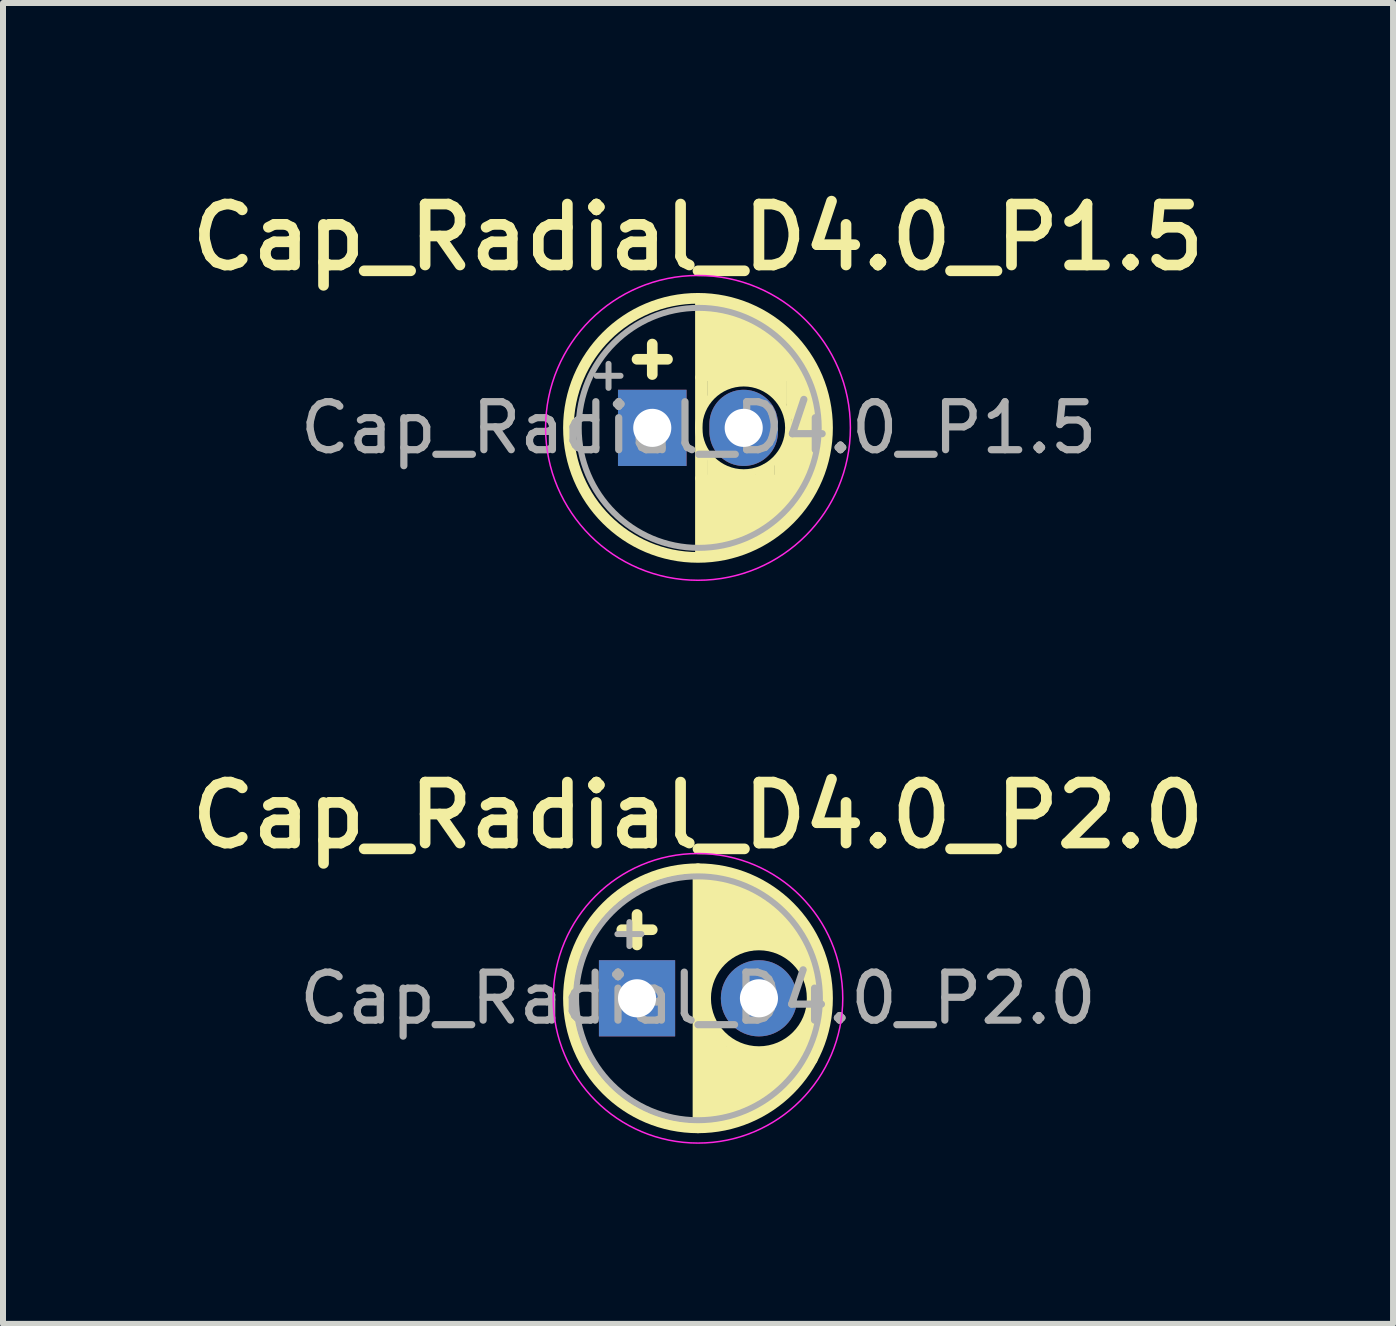
<source format=kicad_pcb>
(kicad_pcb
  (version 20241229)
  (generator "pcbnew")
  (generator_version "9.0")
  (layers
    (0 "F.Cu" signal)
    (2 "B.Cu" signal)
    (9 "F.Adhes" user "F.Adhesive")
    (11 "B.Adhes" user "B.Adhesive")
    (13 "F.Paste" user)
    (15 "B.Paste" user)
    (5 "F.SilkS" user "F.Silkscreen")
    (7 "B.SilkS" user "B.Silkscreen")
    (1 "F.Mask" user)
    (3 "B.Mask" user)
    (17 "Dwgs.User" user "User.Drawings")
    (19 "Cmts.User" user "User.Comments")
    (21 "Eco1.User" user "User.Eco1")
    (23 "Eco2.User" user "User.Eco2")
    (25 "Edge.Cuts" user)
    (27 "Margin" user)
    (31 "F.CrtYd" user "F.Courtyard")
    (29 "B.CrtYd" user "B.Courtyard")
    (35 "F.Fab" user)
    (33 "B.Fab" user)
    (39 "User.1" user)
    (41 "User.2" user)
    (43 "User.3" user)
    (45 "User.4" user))
  (footprint "Cap_Radial_D4.0_P1.5"
    (layer "F.Cu")
    (at 8.583 4.081)
    (property "Reference" "Cap_Radial_D4.0_P1.5" (at 0 -3.175 0) (layer "F.SilkS") (effects (font (size 1.016 1.016) (thickness 0.178))))
    (fp_line (start -1.016 -1.143) (end -0.508 -1.143) (stroke (width 0.178) (type solid)) (layer "F.SilkS"))
    (fp_line (start -0.762 -1.397) (end -0.762 -0.889) (stroke (width 0.178) (type solid)) (layer "F.SilkS"))
    (fp_line (start 0.012 -2.08) (end 0.012 -0.84) (stroke (width 0.12) (type solid)) (layer "F.SilkS"))
    (fp_line (start 0.012 -0.84) (end 0.012 0.84) (stroke (width 0.12) (type solid)) (layer "F.SilkS"))
    (fp_line (start 0.012 0.84) (end 0.012 2.08) (stroke (width 0.12) (type solid)) (layer "F.SilkS"))
    (fp_line (start 0.052 -2.08) (end 0.052 -0.84) (stroke (width 0.12) (type solid)) (layer "F.SilkS"))
    (fp_line (start 0.052 0.84) (end 0.052 2.08) (stroke (width 0.12) (type solid)) (layer "F.SilkS"))
    (fp_line (start 0.092 -2.079) (end 0.092 -0.84) (stroke (width 0.12) (type solid)) (layer "F.SilkS"))
    (fp_line (start 0.092 -1.061) (end 0.092 -0.463) (stroke (width 0.12) (type solid)) (layer "F.SilkS"))
    (fp_line (start 0.092 0.84) (end 0.092 2.079) (stroke (width 0.12) (type solid)) (layer "F.SilkS"))
    (fp_line (start 0.102 0.463) (end 0.102 1.061) (stroke (width 0.12) (type solid)) (layer "F.SilkS"))
    (fp_line (start 0.132 -2.077) (end 0.132 -0.84) (stroke (width 0.12) (type solid)) (layer "F.SilkS"))
    (fp_line (start 0.132 0.84) (end 0.132 2.077) (stroke (width 0.12) (type solid)) (layer "F.SilkS"))
    (fp_line (start 0.172 -2.074) (end 0.172 -0.84) (stroke (width 0.12) (type solid)) (layer "F.SilkS"))
    (fp_line (start 0.172 0.84) (end 0.172 2.074) (stroke (width 0.12) (type solid)) (layer "F.SilkS"))
    (fp_line (start 0.212 -2.071) (end 0.212 -0.84) (stroke (width 0.12) (type solid)) (layer "F.SilkS"))
    (fp_line (start 0.212 -1.139) (end 0.212 -0.541) (stroke (width 0.12) (type solid)) (layer "F.SilkS"))
    (fp_line (start 0.212 0.541) (end 0.212 1.139) (stroke (width 0.12) (type solid)) (layer "F.SilkS"))
    (fp_line (start 0.212 0.84) (end 0.212 2.071) (stroke (width 0.12) (type solid)) (layer "F.SilkS"))
    (fp_line (start 0.252 -2.067) (end 0.252 -0.84) (stroke (width 0.12) (type solid)) (layer "F.SilkS"))
    (fp_line (start 0.252 0.615) (end 0.252 1.213) (stroke (width 0.12) (type solid)) (layer "F.SilkS"))
    (fp_line (start 0.252 0.84) (end 0.252 2.067) (stroke (width 0.12) (type solid)) (layer "F.SilkS"))
    (fp_line (start 0.292 -2.062) (end 0.292 -0.84) (stroke (width 0.12) (type solid)) (layer "F.SilkS"))
    (fp_line (start 0.292 -1.213) (end 0.292 -0.615) (stroke (width 0.12) (type solid)) (layer "F.SilkS"))
    (fp_line (start 0.292 0.84) (end 0.292 2.062) (stroke (width 0.12) (type solid)) (layer "F.SilkS"))
    (fp_line (start 0.332 -2.056) (end 0.332 -0.84) (stroke (width 0.12) (type solid)) (layer "F.SilkS"))
    (fp_line (start 0.332 -1.315) (end 0.332 -0.717) (stroke (width 0.12) (type solid)) (layer "F.SilkS"))
    (fp_line (start 0.332 0.84) (end 0.332 2.056) (stroke (width 0.12) (type solid)) (layer "F.SilkS"))
    (fp_line (start 0.356 0.666) (end 0.356 1.264) (stroke (width 0.12) (type solid)) (layer "F.SilkS"))
    (fp_line (start 0.372 -2.05) (end 0.372 -0.84) (stroke (width 0.12) (type solid)) (layer "F.SilkS"))
    (fp_line (start 0.372 0.84) (end 0.372 2.05) (stroke (width 0.12) (type solid)) (layer "F.SilkS"))
    (fp_line (start 0.406 -1.315) (end 0.406 -0.717) (stroke (width 0.12) (type solid)) (layer "F.SilkS"))
    (fp_line (start 0.406 0.717) (end 0.406 1.315) (stroke (width 0.12) (type solid)) (layer "F.SilkS"))
    (fp_line (start 0.412 -2.042) (end 0.412 -0.84) (stroke (width 0.12) (type solid)) (layer "F.SilkS"))
    (fp_line (start 0.412 0.84) (end 0.412 2.042) (stroke (width 0.12) (type solid)) (layer "F.SilkS"))
    (fp_line (start 0.452 -2.034) (end 0.452 -0.84) (stroke (width 0.12) (type solid)) (layer "F.SilkS"))
    (fp_line (start 0.452 0.84) (end 0.452 2.034) (stroke (width 0.12) (type solid)) (layer "F.SilkS"))
    (fp_line (start 0.492 -2.025) (end 0.492 -0.84) (stroke (width 0.12) (type solid)) (layer "F.SilkS"))
    (fp_line (start 0.492 0.84) (end 0.492 2.025) (stroke (width 0.12) (type solid)) (layer "F.SilkS"))
    (fp_line (start 0.508 -1.315) (end 0.508 -0.717) (stroke (width 0.12) (type solid)) (layer "F.SilkS"))
    (fp_line (start 0.508 0.717) (end 0.508 1.315) (stroke (width 0.12) (type solid)) (layer "F.SilkS"))
    (fp_line (start 0.532 -2.016) (end 0.532 -0.84) (stroke (width 0.12) (type solid)) (layer "F.SilkS"))
    (fp_line (start 0.532 0.84) (end 0.532 2.016) (stroke (width 0.12) (type solid)) (layer "F.SilkS"))
    (fp_line (start 0.572 -2.005) (end 0.572 -0.84) (stroke (width 0.12) (type solid)) (layer "F.SilkS"))
    (fp_line (start 0.572 0.84) (end 0.572 2.005) (stroke (width 0.12) (type solid)) (layer "F.SilkS"))
    (fp_line (start 0.612 -1.994) (end 0.612 -0.84) (stroke (width 0.12) (type solid)) (layer "F.SilkS"))
    (fp_line (start 0.612 0.84) (end 0.612 1.994) (stroke (width 0.12) (type solid)) (layer "F.SilkS"))
    (fp_line (start 0.652 -1.982) (end 0.652 -0.84) (stroke (width 0.12) (type solid)) (layer "F.SilkS"))
    (fp_line (start 0.652 0.84) (end 0.652 1.982) (stroke (width 0.12) (type solid)) (layer "F.SilkS"))
    (fp_line (start 0.692 -1.968) (end 0.692 -0.84) (stroke (width 0.12) (type solid)) (layer "F.SilkS"))
    (fp_line (start 0.692 0.84) (end 0.692 1.968) (stroke (width 0.12) (type solid)) (layer "F.SilkS"))
    (fp_line (start 0.733 -1.954) (end 0.733 -0.84) (stroke (width 0.12) (type solid)) (layer "F.SilkS"))
    (fp_line (start 0.733 0.84) (end 0.733 1.954) (stroke (width 0.12) (type solid)) (layer "F.SilkS"))
    (fp_line (start 0.773 -1.94) (end 0.773 -0.84) (stroke (width 0.12) (type solid)) (layer "F.SilkS"))
    (fp_line (start 0.773 0.84) (end 0.773 1.94) (stroke (width 0.12) (type solid)) (layer "F.SilkS"))
    (fp_line (start 0.813 -1.924) (end 0.813 -0.84) (stroke (width 0.12) (type solid)) (layer "F.SilkS"))
    (fp_line (start 0.813 0.84) (end 0.813 1.924) (stroke (width 0.12) (type solid)) (layer "F.SilkS"))
    (fp_line (start 0.853 -1.907) (end 0.853 -0.84) (stroke (width 0.12) (type solid)) (layer "F.SilkS"))
    (fp_line (start 0.853 0.84) (end 0.853 1.907) (stroke (width 0.12) (type solid)) (layer "F.SilkS"))
    (fp_line (start 0.893 -1.889) (end 0.893 -0.84) (stroke (width 0.12) (type solid)) (layer "F.SilkS"))
    (fp_line (start 0.893 0.84) (end 0.893 1.889) (stroke (width 0.12) (type solid)) (layer "F.SilkS"))
    (fp_line (start 0.933 -1.87) (end 0.933 -0.84) (stroke (width 0.12) (type solid)) (layer "F.SilkS"))
    (fp_line (start 0.933 0.84) (end 0.933 1.87) (stroke (width 0.12) (type solid)) (layer "F.SilkS"))
    (fp_line (start 0.973 -1.851) (end 0.973 -0.84) (stroke (width 0.12) (type solid)) (layer "F.SilkS"))
    (fp_line (start 0.973 0.84) (end 0.973 1.851) (stroke (width 0.12) (type solid)) (layer "F.SilkS"))
    (fp_line (start 1.013 -1.83) (end 1.013 -0.84) (stroke (width 0.12) (type solid)) (layer "F.SilkS"))
    (fp_line (start 1.013 0.84) (end 1.013 1.83) (stroke (width 0.12) (type solid)) (layer "F.SilkS"))
    (fp_line (start 1.016 -1.366) (end 1.016 -0.768) (stroke (width 0.12) (type solid)) (layer "F.SilkS"))
    (fp_line (start 1.016 0.717) (end 1.016 1.315) (stroke (width 0.12) (type solid)) (layer "F.SilkS"))
    (fp_line (start 1.053 -1.808) (end 1.053 -0.84) (stroke (width 0.12) (type solid)) (layer "F.SilkS"))
    (fp_line (start 1.053 0.84) (end 1.053 1.808) (stroke (width 0.12) (type solid)) (layer "F.SilkS"))
    (fp_line (start 1.067 -1.315) (end 1.067 -0.717) (stroke (width 0.12) (type solid)) (layer "F.SilkS"))
    (fp_line (start 1.067 0.768) (end 1.067 1.366) (stroke (width 0.12) (type solid)) (layer "F.SilkS"))
    (fp_line (start 1.093 -1.785) (end 1.093 -0.84) (stroke (width 0.12) (type solid)) (layer "F.SilkS"))
    (fp_line (start 1.093 0.84) (end 1.093 1.785) (stroke (width 0.12) (type solid)) (layer "F.SilkS"))
    (fp_line (start 1.118 0.666) (end 1.118 1.264) (stroke (width 0.12) (type solid)) (layer "F.SilkS"))
    (fp_line (start 1.133 -1.76) (end 1.133 -0.84) (stroke (width 0.12) (type solid)) (layer "F.SilkS"))
    (fp_line (start 1.133 0.84) (end 1.133 1.76) (stroke (width 0.12) (type solid)) (layer "F.SilkS"))
    (fp_line (start 1.168 -1.264) (end 1.168 -0.666) (stroke (width 0.12) (type solid)) (layer "F.SilkS"))
    (fp_line (start 1.168 0.666) (end 1.168 1.264) (stroke (width 0.12) (type solid)) (layer "F.SilkS"))
    (fp_line (start 1.173 -1.735) (end 1.173 -0.84) (stroke (width 0.12) (type solid)) (layer "F.SilkS"))
    (fp_line (start 1.173 0.84) (end 1.173 1.735) (stroke (width 0.12) (type solid)) (layer "F.SilkS"))
    (fp_line (start 1.213 -1.708) (end 1.213 -0.84) (stroke (width 0.12) (type solid)) (layer "F.SilkS"))
    (fp_line (start 1.213 0.84) (end 1.213 1.708) (stroke (width 0.12) (type solid)) (layer "F.SilkS"))
    (fp_line (start 1.219 0.615) (end 1.219 1.213) (stroke (width 0.12) (type solid)) (layer "F.SilkS"))
    (fp_line (start 1.253 -1.68) (end 1.253 -0.84) (stroke (width 0.12) (type solid)) (layer "F.SilkS"))
    (fp_line (start 1.253 0.84) (end 1.253 1.68) (stroke (width 0.12) (type solid)) (layer "F.SilkS"))
    (fp_line (start 1.27 -1.213) (end 1.27 -0.615) (stroke (width 0.12) (type solid)) (layer "F.SilkS"))
    (fp_line (start 1.293 -1.65) (end 1.293 -0.84) (stroke (width 0.12) (type solid)) (layer "F.SilkS"))
    (fp_line (start 1.293 0.84) (end 1.293 1.65) (stroke (width 0.12) (type solid)) (layer "F.SilkS"))
    (fp_line (start 1.333 -1.619) (end 1.333 -0.84) (stroke (width 0.12) (type solid)) (layer "F.SilkS"))
    (fp_line (start 1.333 -1.139) (end 1.333 -0.541) (stroke (width 0.12) (type solid)) (layer "F.SilkS"))
    (fp_line (start 1.333 0.615) (end 1.333 1.213) (stroke (width 0.12) (type solid)) (layer "F.SilkS"))
    (fp_line (start 1.333 0.84) (end 1.333 1.619) (stroke (width 0.12) (type solid)) (layer "F.SilkS"))
    (fp_line (start 1.372 0.463) (end 1.372 1.061) (stroke (width 0.12) (type solid)) (layer "F.SilkS"))
    (fp_line (start 1.373 -1.587) (end 1.373 -0.84) (stroke (width 0.12) (type solid)) (layer "F.SilkS"))
    (fp_line (start 1.373 0.84) (end 1.373 1.587) (stroke (width 0.12) (type solid)) (layer "F.SilkS"))
    (fp_line (start 1.413 -1.552) (end 1.413 -0.84) (stroke (width 0.12) (type solid)) (layer "F.SilkS"))
    (fp_line (start 1.413 0.84) (end 1.413 1.552) (stroke (width 0.12) (type solid)) (layer "F.SilkS"))
    (fp_line (start 1.422 -1.01) (end 1.422 -0.412) (stroke (width 0.12) (type solid)) (layer "F.SilkS"))
    (fp_line (start 1.453 -1.516) (end 1.453 -0.84) (stroke (width 0.12) (type solid)) (layer "F.SilkS"))
    (fp_line (start 1.453 0.84) (end 1.453 1.516) (stroke (width 0.12) (type solid)) (layer "F.SilkS"))
    (fp_line (start 1.473 0.311) (end 1.473 0.909) (stroke (width 0.12) (type solid)) (layer "F.SilkS"))
    (fp_line (start 1.493 -1.478) (end 1.493 -0.84) (stroke (width 0.12) (type solid)) (layer "F.SilkS"))
    (fp_line (start 1.493 0.84) (end 1.493 1.478) (stroke (width 0.12) (type solid)) (layer "F.SilkS"))
    (fp_line (start 1.524 0.158) (end 1.524 0.756) (stroke (width 0.12) (type solid)) (layer "F.SilkS"))
    (fp_line (start 1.533 -0.801) (end 1.533 -0.203) (stroke (width 0.12) (type solid)) (layer "F.SilkS"))
    (fp_line (start 1.533 0.84) (end 1.533 1.438) (stroke (width 0.12) (type solid)) (layer "F.SilkS"))
    (fp_line (start 1.573 -1.396) (end 1.573 -0.84) (stroke (width 0.12) (type solid)) (layer "F.SilkS"))
    (fp_line (start 1.573 0.84) (end 1.573 1.396) (stroke (width 0.12) (type solid)) (layer "F.SilkS"))
    (fp_line (start 1.613 -1.351) (end 1.613 1.351) (stroke (width 0.12) (type solid)) (layer "F.SilkS"))
    (fp_line (start 1.653 -1.304) (end 1.653 1.304) (stroke (width 0.12) (type solid)) (layer "F.SilkS"))
    (fp_line (start 1.693 -1.254) (end 1.693 1.254) (stroke (width 0.12) (type solid)) (layer "F.SilkS"))
    (fp_line (start 1.733 -1.2) (end 1.733 1.2) (stroke (width 0.12) (type solid)) (layer "F.SilkS"))
    (fp_line (start 1.773 -1.142) (end 1.773 1.142) (stroke (width 0.12) (type solid)) (layer "F.SilkS"))
    (fp_line (start 1.813 -1.08) (end 1.813 1.08) (stroke (width 0.12) (type solid)) (layer "F.SilkS"))
    (fp_line (start 1.853 -1.013) (end 1.853 1.013) (stroke (width 0.12) (type solid)) (layer "F.SilkS"))
    (fp_line (start 1.893 -0.94) (end 1.893 0.94) (stroke (width 0.12) (type solid)) (layer "F.SilkS"))
    (fp_line (start 1.933 -0.859) (end 1.933 0.859) (stroke (width 0.12) (type solid)) (layer "F.SilkS"))
    (fp_line (start 1.973 -0.768) (end 1.973 0.768) (stroke (width 0.12) (type solid)) (layer "F.SilkS"))
    (fp_line (start 2.013 -0.664) (end 2.013 0.664) (stroke (width 0.12) (type solid)) (layer "F.SilkS"))
    (fp_line (start 2.053 -0.537) (end 2.053 0.537) (stroke (width 0.12) (type solid)) (layer "F.SilkS"))
    (fp_line (start 2.093 -0.37) (end 2.093 0.37) (stroke (width 0.12) (type solid)) (layer "F.SilkS"))
    (fp_circle (center 0 0) (end 2.159 0) (stroke (width 0.178) (type solid)) (fill no) (layer "F.SilkS"))
    (fp_circle (center 0.762 0) (end 0.012 0) (stroke (width 0.12) (type solid)) (fill no) (layer "F.SilkS"))
    (fp_circle (center 0 0) (end 2.54 0) (stroke (width 0.025) (type solid)) (fill no) (layer "F.CrtYd"))
    (fp_line (start -1.691 -0.868) (end -1.291 -0.868) (stroke (width 0.1) (type solid)) (layer "F.Fab"))
    (fp_line (start -1.491 -1.067) (end -1.491 -0.667) (stroke (width 0.1) (type solid)) (layer "F.Fab"))
    (fp_circle (center 0.012 0) (end 2.012 0) (stroke (width 0.1) (type solid)) (fill no) (layer "F.Fab"))
    (fp_text user "${REFERENCE}" (at 0.012 0 0) (layer "F.Fab") (effects (font (size 0.8 0.8) (thickness 0.12))))
    (pad "N" thru_hole oval (at 0.762 0) (size 1.143 1.27) (drill 0.635) (layers "*.Cu" "*.Mask"))
    (pad "P" thru_hole rect (at -0.762 0) (size 1.143 1.27) (drill 0.635) (layers "*.Cu" "*.Mask")))
  (footprint "Cap_Radial_D4.0_P2.0"
    (layer "F.Cu")
    (at 8.583 13.588)
    (property "Reference" "Cap_Radial_D4.0_P2.0" (at 0 -3.048 0) (layer "F.SilkS") (effects (font (size 1.016 1.016) (thickness 0.178))))
    (fp_line (start -1.27 -1.143) (end -0.762 -1.143) (stroke (width 0.178) (type solid)) (layer "F.SilkS"))
    (fp_line (start -1.016 -1.397) (end -1.016 -0.889) (stroke (width 0.178) (type solid)) (layer "F.SilkS"))
    (fp_line (start 0 2.159) (end 0 -2.159) (stroke (width 0.178) (type solid)) (layer "F.SilkS"))
    (fp_line (start 0.127 2.032) (end 0.127 -2.032) (stroke (width 0.178) (type solid)) (layer "F.SilkS"))
    (fp_line (start 0.254 -0.508) (end 0.254 -2.032) (stroke (width 0.178) (type solid)) (layer "F.SilkS"))
    (fp_line (start 0.254 2.032) (end 0.254 0.508) (stroke (width 0.178) (type solid)) (layer "F.SilkS"))
    (fp_line (start 0.381 -0.762) (end 0.381 -2.032) (stroke (width 0.178) (type solid)) (layer "F.SilkS"))
    (fp_line (start 0.381 2.032) (end 0.381 0.762) (stroke (width 0.178) (type solid)) (layer "F.SilkS"))
    (fp_line (start 0.508 -0.762) (end 0.508 -2.032) (stroke (width 0.178) (type solid)) (layer "F.SilkS"))
    (fp_line (start 0.508 2.032) (end 0.508 0.889) (stroke (width 0.178) (type solid)) (layer "F.SilkS"))
    (fp_line (start 0.635 -0.889) (end 0.635 -2.032) (stroke (width 0.178) (type solid)) (layer "F.SilkS"))
    (fp_line (start 0.635 1.905) (end 0.635 0.889) (stroke (width 0.178) (type solid)) (layer "F.SilkS"))
    (fp_line (start 0.762 -0.889) (end 0.762 -1.905) (stroke (width 0.178) (type solid)) (layer "F.SilkS"))
    (fp_line (start 0.762 1.905) (end 0.762 0.889) (stroke (width 0.178) (type solid)) (layer "F.SilkS"))
    (fp_line (start 0.889 -0.889) (end 0.889 -1.905) (stroke (width 0.178) (type solid)) (layer "F.SilkS"))
    (fp_line (start 0.889 1.905) (end 0.889 1.016) (stroke (width 0.178) (type solid)) (layer "F.SilkS"))
    (fp_line (start 1.016 -1.016) (end 1.016 -1.778) (stroke (width 0.178) (type solid)) (layer "F.SilkS"))
    (fp_line (start 1.016 1.778) (end 1.016 1.016) (stroke (width 0.178) (type solid)) (layer "F.SilkS"))
    (fp_line (start 1.143 -1.016) (end 1.143 -1.778) (stroke (width 0.178) (type solid)) (layer "F.SilkS"))
    (fp_line (start 1.143 1.778) (end 1.143 0.889) (stroke (width 0.178) (type solid)) (layer "F.SilkS"))
    (fp_line (start 1.27 -0.889) (end 1.27 -1.651) (stroke (width 0.178) (type solid)) (layer "F.SilkS"))
    (fp_line (start 1.27 1.651) (end 1.27 0.889) (stroke (width 0.178) (type solid)) (layer "F.SilkS"))
    (fp_line (start 1.397 -0.889) (end 1.397 -1.524) (stroke (width 0.178) (type solid)) (layer "F.SilkS"))
    (fp_line (start 1.397 1.524) (end 1.397 0.889) (stroke (width 0.178) (type solid)) (layer "F.SilkS"))
    (fp_line (start 1.524 -0.762) (end 1.524 -1.397) (stroke (width 0.178) (type solid)) (layer "F.SilkS"))
    (fp_line (start 1.524 1.397) (end 1.524 0.762) (stroke (width 0.178) (type solid)) (layer "F.SilkS"))
    (fp_line (start 1.651 -0.635) (end 1.651 -1.27) (stroke (width 0.178) (type solid)) (layer "F.SilkS"))
    (fp_line (start 1.651 1.27) (end 1.651 0.762) (stroke (width 0.178) (type solid)) (layer "F.SilkS"))
    (fp_line (start 1.778 -0.508) (end 1.778 -1.143) (stroke (width 0.178) (type solid)) (layer "F.SilkS"))
    (fp_line (start 1.778 1.143) (end 1.778 0.635) (stroke (width 0.178) (type solid)) (layer "F.SilkS"))
    (fp_line (start 1.905 0.635) (end 1.905 -0.889) (stroke (width 0.178) (type solid)) (layer "F.SilkS"))
    (fp_line (start 1.905 0.762) (end 1.905 -0.762) (stroke (width 0.178) (type solid)) (layer "F.SilkS"))
    (fp_line (start 1.905 1.016) (end 1.905 -0.508) (stroke (width 0.178) (type solid)) (layer "F.SilkS"))
    (fp_line (start 2.032 0.635) (end 2.032 -0.635) (stroke (width 0.12) (type solid)) (layer "F.SilkS"))
    (fp_circle (center 0 0) (end 2.159 0) (stroke (width 0.178) (type solid)) (fill no) (layer "F.SilkS"))
    (fp_circle (center 1.016 0) (end 1.905 0) (stroke (width 0.178) (type solid)) (fill no) (layer "F.SilkS"))
    (fp_circle (center 0 0) (end 2.413 0) (stroke (width 0.025) (type solid)) (fill no) (layer "F.CrtYd"))
    (fp_line (start -1.343 -1.07) (end -0.943 -1.07) (stroke (width 0.1) (type solid)) (layer "F.Fab"))
    (fp_line (start -1.143 -1.27) (end -1.143 -0.87) (stroke (width 0.1) (type solid)) (layer "F.Fab"))
    (fp_circle (center 0 0) (end 2.032 0) (stroke (width 0.1) (type solid)) (fill no) (layer "F.Fab"))
    (fp_text user "${REFERENCE}" (at 0 0 0) (layer "F.Fab") (effects (font (size 0.8 0.8) (thickness 0.12))))
    (pad "N" thru_hole circle (at 1.016 0) (size 1.27 1.27) (drill 0.635) (layers "*.Cu" "*.Mask"))
    (pad "P" thru_hole rect (at -1.016 0) (size 1.27 1.27) (drill 0.635) (layers "*.Cu" "*.Mask")))
  (gr_rect
    (start -3 -3)
    (end 20.167 19.014)
    (stroke (width 0.1) (type default))
    (fill no)
    (layer "Edge.Cuts")))
</source>
